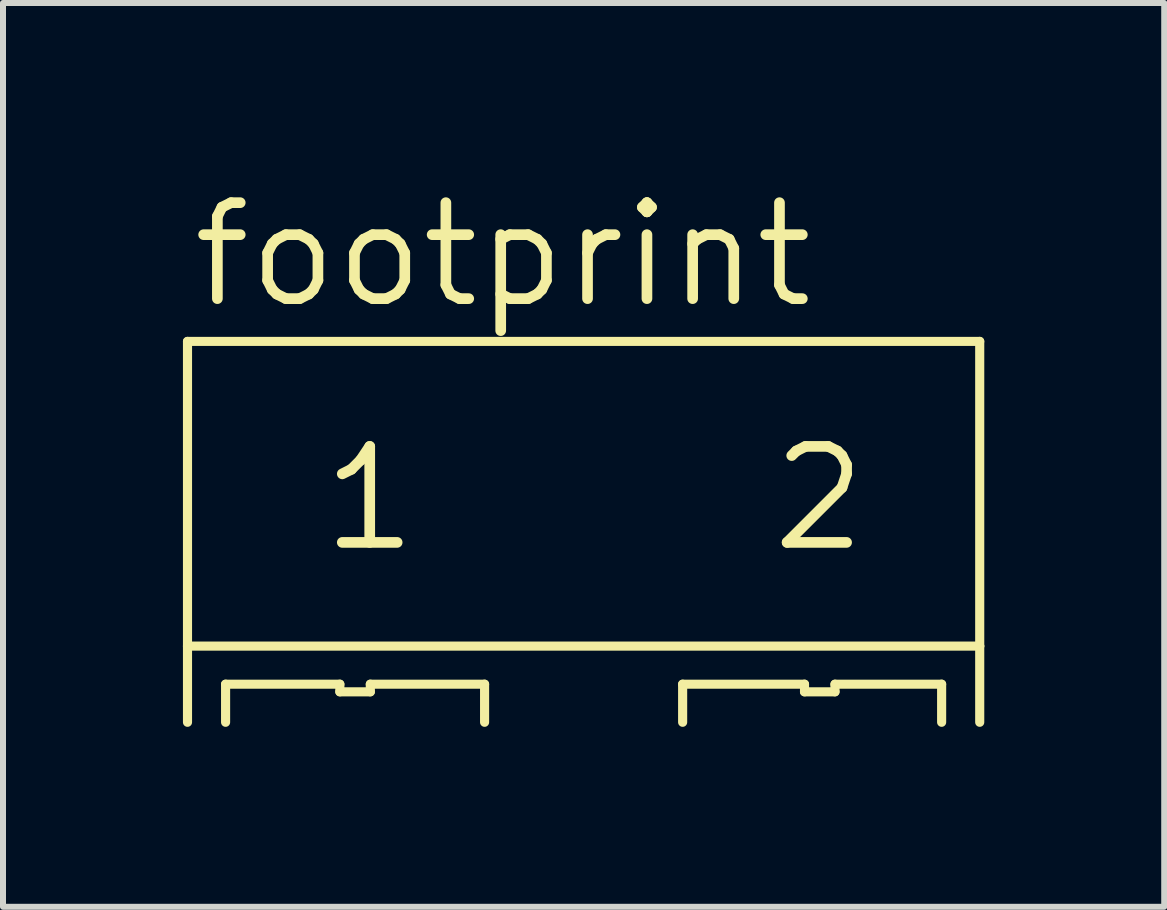
<source format=kicad_pcb>
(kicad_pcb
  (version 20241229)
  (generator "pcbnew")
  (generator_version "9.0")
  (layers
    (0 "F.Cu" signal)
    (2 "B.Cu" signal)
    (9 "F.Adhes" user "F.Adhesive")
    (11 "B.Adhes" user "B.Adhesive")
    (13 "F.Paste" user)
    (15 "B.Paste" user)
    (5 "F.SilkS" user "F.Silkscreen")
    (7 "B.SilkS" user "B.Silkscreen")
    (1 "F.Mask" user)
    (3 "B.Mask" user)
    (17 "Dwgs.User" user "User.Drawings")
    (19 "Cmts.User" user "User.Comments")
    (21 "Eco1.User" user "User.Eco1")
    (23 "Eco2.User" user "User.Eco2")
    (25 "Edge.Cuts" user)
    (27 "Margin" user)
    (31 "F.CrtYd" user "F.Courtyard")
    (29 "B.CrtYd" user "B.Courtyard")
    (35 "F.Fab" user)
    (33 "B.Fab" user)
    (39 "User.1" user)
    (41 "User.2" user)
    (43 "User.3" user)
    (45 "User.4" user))
  (footprint "footprint"
    (layer "F.Cu")
    (at 6.68 6.198)
    (property "Reference" "footprint" (at -6.604 -4.064 0) (layer "F.SilkS") (effects (font (size 1.6 1.6) (thickness 0.178)) (justify left bottom)))
    (fp_line (start -6.604 -3.556) (end 6.604 -3.556) (stroke (width 0.152) (type solid)) (layer "F.SilkS"))
    (fp_line (start -6.604 1.524) (end -6.604 -3.556) (stroke (width 0.152) (type solid)) (layer "F.SilkS"))
    (fp_line (start -6.604 1.524) (end 6.604 1.524) (stroke (width 0.152) (type solid)) (layer "F.SilkS"))
    (fp_line (start -6.604 2.794) (end -6.604 1.524) (stroke (width 0.152) (type solid)) (layer "F.SilkS"))
    (fp_line (start -5.969 2.159) (end -5.969 2.794) (stroke (width 0.152) (type solid)) (layer "F.SilkS"))
    (fp_line (start -4.064 2.159) (end -5.969 2.159) (stroke (width 0.152) (type solid)) (layer "F.SilkS"))
    (fp_line (start -4.064 2.286) (end -4.064 2.159) (stroke (width 0.152) (type solid)) (layer "F.SilkS"))
    (fp_line (start -3.556 2.159) (end -3.556 2.286) (stroke (width 0.152) (type solid)) (layer "F.SilkS"))
    (fp_line (start -3.556 2.286) (end -4.064 2.286) (stroke (width 0.152) (type solid)) (layer "F.SilkS"))
    (fp_line (start -1.651 2.159) (end -3.556 2.159) (stroke (width 0.152) (type solid)) (layer "F.SilkS"))
    (fp_line (start -1.651 2.794) (end -1.651 2.159) (stroke (width 0.152) (type solid)) (layer "F.SilkS"))
    (fp_line (start 1.651 2.159) (end 1.651 2.794) (stroke (width 0.152) (type solid)) (layer "F.SilkS"))
    (fp_line (start 3.683 2.159) (end 1.651 2.159) (stroke (width 0.152) (type solid)) (layer "F.SilkS"))
    (fp_line (start 3.683 2.286) (end 3.683 2.159) (stroke (width 0.152) (type solid)) (layer "F.SilkS"))
    (fp_line (start 4.191 2.159) (end 4.191 2.286) (stroke (width 0.152) (type solid)) (layer "F.SilkS"))
    (fp_line (start 4.191 2.286) (end 3.683 2.286) (stroke (width 0.152) (type solid)) (layer "F.SilkS"))
    (fp_line (start 5.969 2.159) (end 4.191 2.159) (stroke (width 0.152) (type solid)) (layer "F.SilkS"))
    (fp_line (start 5.969 2.794) (end 5.969 2.159) (stroke (width 0.152) (type solid)) (layer "F.SilkS"))
    (fp_line (start 6.604 -3.556) (end 6.604 1.524) (stroke (width 0.152) (type solid)) (layer "F.SilkS"))
    (fp_line (start 6.604 1.524) (end 6.604 2.794) (stroke (width 0.152) (type solid)) (layer "F.SilkS"))
    (fp_text user "2" (at 3.048 0 0) (layer "F.SilkS") (effects (font (size 1.6 1.6) (thickness 0.178)) (justify left bottom)))
    (fp_text user "1" (at -4.445 0 0) (layer "F.SilkS") (effects (font (size 1.6 1.6) (thickness 0.178)) (justify left bottom))))
  (gr_rect
    (start -3 -3)
    (end 16.36 12.068)
    (stroke (width 0.1) (type default))
    (fill no)
    (layer "Edge.Cuts")))
</source>
